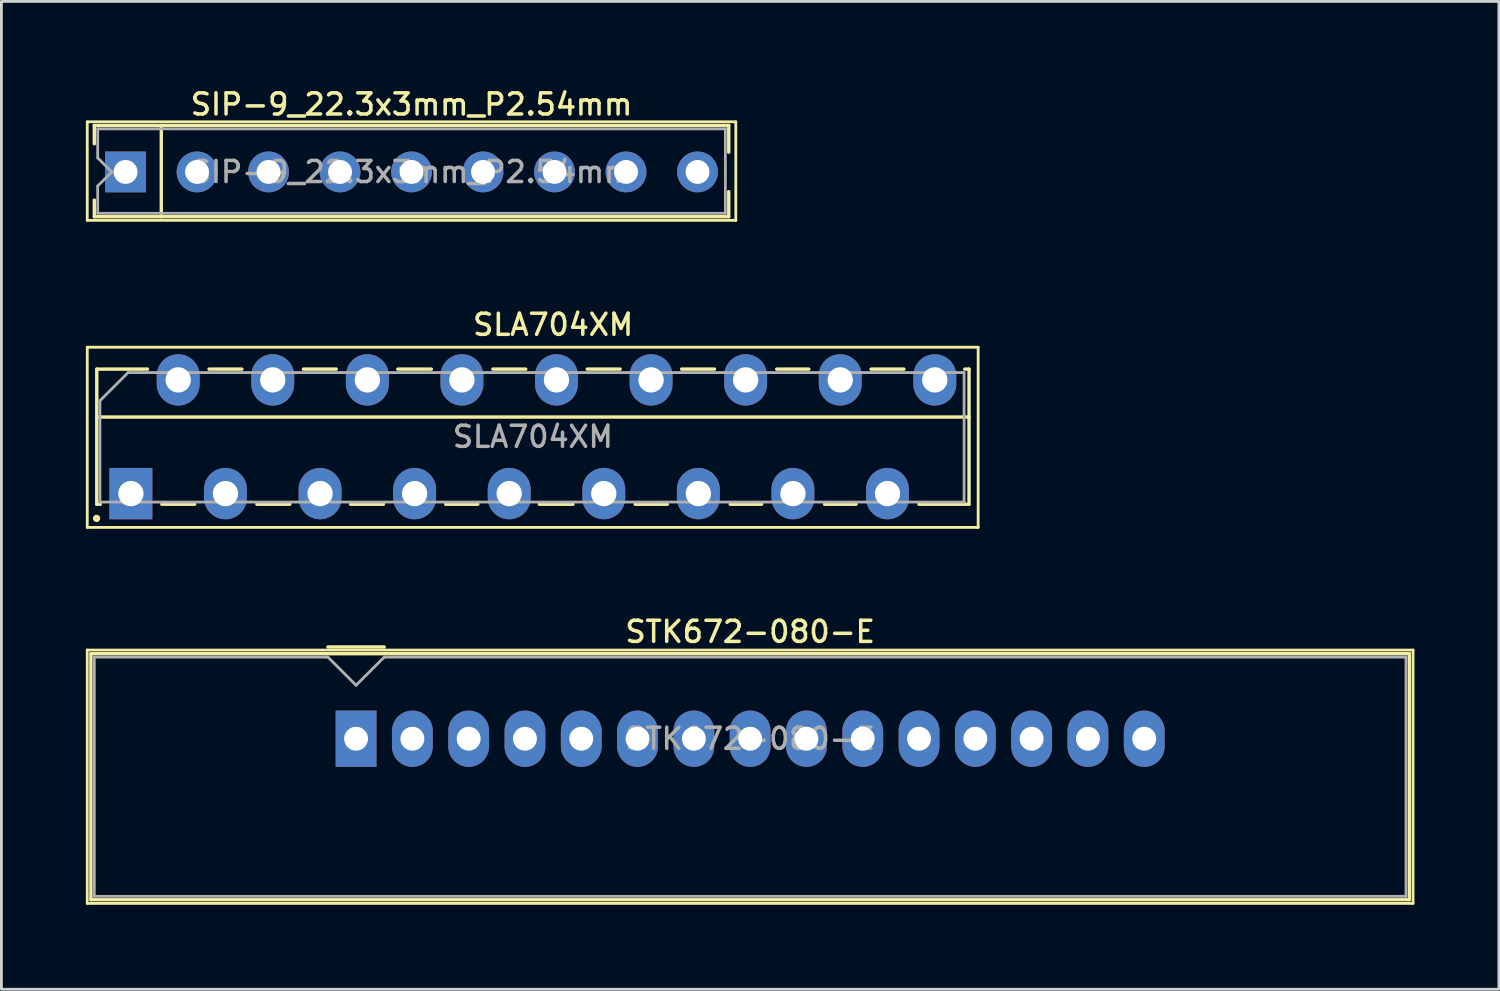
<source format=kicad_pcb>
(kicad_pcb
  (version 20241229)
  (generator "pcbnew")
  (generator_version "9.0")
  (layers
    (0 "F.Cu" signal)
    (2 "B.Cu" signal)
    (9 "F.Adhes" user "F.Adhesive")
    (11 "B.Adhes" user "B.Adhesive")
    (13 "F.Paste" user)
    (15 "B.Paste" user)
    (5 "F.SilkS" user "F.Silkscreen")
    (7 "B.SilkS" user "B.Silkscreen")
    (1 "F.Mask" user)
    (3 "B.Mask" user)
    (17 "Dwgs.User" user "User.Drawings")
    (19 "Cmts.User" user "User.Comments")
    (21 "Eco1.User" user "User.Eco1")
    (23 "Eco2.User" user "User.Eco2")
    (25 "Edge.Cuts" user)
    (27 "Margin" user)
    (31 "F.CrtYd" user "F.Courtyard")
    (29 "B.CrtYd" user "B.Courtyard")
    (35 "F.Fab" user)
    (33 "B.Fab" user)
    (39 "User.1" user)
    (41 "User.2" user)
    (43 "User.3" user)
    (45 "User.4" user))
  (footprint "SLA704XM"
    (layer "F.Cu")
    (at 1.6 14.486)
    (property "Reference" "SLA704XM" (at 15 -6 0) (layer "F.SilkS") (effects (font (size 0.75 0.75) (thickness 0.125))))
    (attr through_hole)
    (fp_line (start -1.55 -5.2) (end 30.1 -5.2) (stroke (width 0.1) (type solid)) (layer "F.SilkS"))
    (fp_line (start -1.55 1.2) (end -1.55 -5.2) (stroke (width 0.1) (type solid)) (layer "F.SilkS"))
    (fp_line (start -1.212 -4.423) (end 0.591 -4.423) (stroke (width 0.12) (type solid)) (layer "F.SilkS"))
    (fp_line (start -1.212 -2.721) (end 29.776 -2.721) (stroke (width 0.12) (type solid)) (layer "F.SilkS"))
    (fp_line (start -1.212 0.377) (end -1.212 -4.423) (stroke (width 0.12) (type solid)) (layer "F.SilkS"))
    (fp_line (start -1.212 0.377) (end -1.085 0.377) (stroke (width 0.12) (type solid)) (layer "F.SilkS"))
    (fp_line (start 1.099 0.377) (end 2.268 0.377) (stroke (width 0.12) (type solid)) (layer "F.SilkS"))
    (fp_line (start 2.776 -4.423) (end 3.944 -4.423) (stroke (width 0.12) (type solid)) (layer "F.SilkS"))
    (fp_line (start 4.477 0.377) (end 5.646 0.377) (stroke (width 0.12) (type solid)) (layer "F.SilkS"))
    (fp_line (start 6.128 -4.423) (end 7.297 -4.423) (stroke (width 0.12) (type solid)) (layer "F.SilkS"))
    (fp_line (start 7.805 0.377) (end 8.973 0.377) (stroke (width 0.12) (type solid)) (layer "F.SilkS"))
    (fp_line (start 9.481 -4.423) (end 10.675 -4.423) (stroke (width 0.12) (type solid)) (layer "F.SilkS"))
    (fp_line (start 11.183 0.377) (end 12.326 0.377) (stroke (width 0.12) (type solid)) (layer "F.SilkS"))
    (fp_line (start 12.859 -4.423) (end 14.028 -4.423) (stroke (width 0.12) (type solid)) (layer "F.SilkS"))
    (fp_line (start 14.51 0.377) (end 15.704 0.377) (stroke (width 0.12) (type solid)) (layer "F.SilkS"))
    (fp_line (start 16.212 -4.423) (end 17.381 -4.423) (stroke (width 0.12) (type solid)) (layer "F.SilkS"))
    (fp_line (start 17.914 0.377) (end 19.057 0.377) (stroke (width 0.12) (type solid)) (layer "F.SilkS"))
    (fp_line (start 19.565 -4.423) (end 20.733 -4.423) (stroke (width 0.12) (type solid)) (layer "F.SilkS"))
    (fp_line (start 21.292 0.377) (end 22.41 0.377) (stroke (width 0.12) (type solid)) (layer "F.SilkS"))
    (fp_line (start 22.943 -4.423) (end 24.086 -4.423) (stroke (width 0.12) (type solid)) (layer "F.SilkS"))
    (fp_line (start 24.645 0.377) (end 25.763 0.377) (stroke (width 0.12) (type solid)) (layer "F.SilkS"))
    (fp_line (start 26.296 -4.423) (end 27.464 -4.423) (stroke (width 0.12) (type solid)) (layer "F.SilkS"))
    (fp_line (start 29.623 -4.423) (end 29.776 -4.423) (stroke (width 0.12) (type solid)) (layer "F.SilkS"))
    (fp_line (start 29.776 -4.423) (end 29.776 0.377) (stroke (width 0.12) (type solid)) (layer "F.SilkS"))
    (fp_line (start 29.776 0.377) (end 27.998 0.377) (stroke (width 0.12) (type solid)) (layer "F.SilkS"))
    (fp_line (start 30.1 -5.2) (end 30.1 1.2) (stroke (width 0.1) (type solid)) (layer "F.SilkS"))
    (fp_line (start 30.1 1.2) (end -1.55 1.2) (stroke (width 0.1) (type solid)) (layer "F.SilkS"))
    (fp_circle (center -1.22 0.88) (end -1.22 0.87) (stroke (width 0.12) (type solid)) (fill no) (layer "F.SilkS"))
    (fp_line (start -1.1 -3.3) (end -0.1 -4.3) (stroke (width 0.1) (type solid)) (layer "F.Fab"))
    (fp_line (start -1.1 0.3) (end -1.1 -3.3) (stroke (width 0.1) (type solid)) (layer "F.Fab"))
    (fp_line (start -0.1 -4.3) (end 29.6 -4.3) (stroke (width 0.1) (type solid)) (layer "F.Fab"))
    (fp_line (start 29.6 -4.3) (end 29.6 0.3) (stroke (width 0.1) (type solid)) (layer "F.Fab"))
    (fp_line (start 29.6 0.3) (end -1.1 0.3) (stroke (width 0.1) (type solid)) (layer "F.Fab"))
    (fp_text user "${REFERENCE}" (at 14.28 -2.02 0) (layer "F.Fab") (effects (font (size 0.75 0.75) (thickness 0.125))))
    (pad "1" thru_hole rect (at 0 0) (size 1.524 1.824) (drill 0.9) (layers "*.Cu" "*.Mask"))
    (pad "2" thru_hole oval (at 1.68 -4.04) (size 1.524 1.824) (drill 0.9) (layers "*.Cu" "*.Mask"))
    (pad "3" thru_hole oval (at 3.36 0) (size 1.524 1.824) (drill 0.9) (layers "*.Cu" "*.Mask"))
    (pad "4" thru_hole oval (at 5.04 -4.04) (size 1.524 1.824) (drill 0.9) (layers "*.Cu" "*.Mask"))
    (pad "5" thru_hole oval (at 6.72 0) (size 1.524 1.824) (drill 0.9) (layers "*.Cu" "*.Mask"))
    (pad "6" thru_hole oval (at 8.4 -4.04) (size 1.524 1.824) (drill 0.9) (layers "*.Cu" "*.Mask"))
    (pad "7" thru_hole oval (at 10.08 0) (size 1.524 1.824) (drill 0.9) (layers "*.Cu" "*.Mask"))
    (pad "8" thru_hole oval (at 11.76 -4.04) (size 1.524 1.824) (drill 0.9) (layers "*.Cu" "*.Mask"))
    (pad "9" thru_hole oval (at 13.44 0) (size 1.524 1.824) (drill 0.9) (layers "*.Cu" "*.Mask"))
    (pad "10" thru_hole oval (at 15.12 -4.04) (size 1.524 1.824) (drill 0.9) (layers "*.Cu" "*.Mask"))
    (pad "11" thru_hole oval (at 16.8 0) (size 1.524 1.824) (drill 0.9) (layers "*.Cu" "*.Mask"))
    (pad "12" thru_hole oval (at 18.48 -4.04) (size 1.524 1.824) (drill 0.9) (layers "*.Cu" "*.Mask"))
    (pad "13" thru_hole oval (at 20.16 0) (size 1.524 1.824) (drill 0.9) (layers "*.Cu" "*.Mask"))
    (pad "14" thru_hole oval (at 21.84 -4.04) (size 1.524 1.824) (drill 0.9) (layers "*.Cu" "*.Mask"))
    (pad "15" thru_hole oval (at 23.52 0) (size 1.524 1.824) (drill 0.9) (layers "*.Cu" "*.Mask"))
    (pad "16" thru_hole oval (at 25.2 -4.04) (size 1.524 1.824) (drill 0.9) (layers "*.Cu" "*.Mask"))
    (pad "17" thru_hole oval (at 26.88 0) (size 1.524 1.824) (drill 0.9) (layers "*.Cu" "*.Mask"))
    (pad "18" thru_hole oval (at 28.56 -4.04) (size 1.524 1.824) (drill 0.9) (layers "*.Cu" "*.Mask")))
  (footprint "STK672-080-E"
    (layer "F.Cu")
    (at 9.6 23.194)
    (property "Reference" "STK672-080-E" (at 14 -3.8 0) (layer "F.SilkS") (effects (font (size 0.75 0.75) (thickness 0.125))))
    (attr through_hole)
    (fp_line (start -9.55 -3.15) (end -9.55 5.85) (stroke (width 0.1) (type solid)) (layer "F.SilkS"))
    (fp_line (start -9.55 -3.15) (end 37.55 -3.15) (stroke (width 0.1) (type solid)) (layer "F.SilkS"))
    (fp_line (start -9.55 5.85) (end 37.55 5.85) (stroke (width 0.1) (type solid)) (layer "F.SilkS"))
    (fp_line (start -9.42 -3.02) (end 37.42 -3.02) (stroke (width 0.12) (type solid)) (layer "F.SilkS"))
    (fp_line (start -9.42 5.72) (end -9.42 -3.02) (stroke (width 0.12) (type solid)) (layer "F.SilkS"))
    (fp_line (start -1 -3.26) (end 1 -3.26) (stroke (width 0.12) (type solid)) (layer "F.SilkS"))
    (fp_line (start 37.42 -3.02) (end 37.42 5.72) (stroke (width 0.12) (type solid)) (layer "F.SilkS"))
    (fp_line (start 37.42 5.72) (end -9.42 5.72) (stroke (width 0.12) (type solid)) (layer "F.SilkS"))
    (fp_line (start 37.55 -3.15) (end 37.55 5.85) (stroke (width 0.1) (type solid)) (layer "F.SilkS"))
    (fp_line (start -9.3 -2.9) (end -1 -2.9) (stroke (width 0.1) (type solid)) (layer "F.Fab"))
    (fp_line (start -9.3 5.6) (end -9.3 -2.9) (stroke (width 0.1) (type solid)) (layer "F.Fab"))
    (fp_line (start -1 -2.9) (end 0 -1.9) (stroke (width 0.1) (type solid)) (layer "F.Fab"))
    (fp_line (start 0 -1.9) (end 1 -2.9) (stroke (width 0.1) (type solid)) (layer "F.Fab"))
    (fp_line (start 1 -2.9) (end 37.3 -2.9) (stroke (width 0.1) (type solid)) (layer "F.Fab"))
    (fp_line (start 37.3 -2.9) (end 37.3 5.6) (stroke (width 0.1) (type solid)) (layer "F.Fab"))
    (fp_line (start 37.3 5.6) (end -9.3 5.6) (stroke (width 0.1) (type solid)) (layer "F.Fab"))
    (fp_text user "${REFERENCE}" (at 14 0 0) (layer "F.Fab") (effects (font (size 0.75 0.75) (thickness 0.125))))
    (pad "1" thru_hole rect (at 0 0) (size 1.45 2) (drill 0.85) (layers "*.Cu" "*.Mask"))
    (pad "2" thru_hole oval (at 2 0) (size 1.45 2) (drill 0.85) (layers "*.Cu" "*.Mask"))
    (pad "3" thru_hole oval (at 4 0) (size 1.45 2) (drill 0.85) (layers "*.Cu" "*.Mask"))
    (pad "4" thru_hole oval (at 6 0) (size 1.45 2) (drill 0.85) (layers "*.Cu" "*.Mask"))
    (pad "5" thru_hole oval (at 8 0) (size 1.45 2) (drill 0.85) (layers "*.Cu" "*.Mask"))
    (pad "6" thru_hole oval (at 10 0) (size 1.45 2) (drill 0.85) (layers "*.Cu" "*.Mask"))
    (pad "7" thru_hole oval (at 12 0) (size 1.45 2) (drill 0.85) (layers "*.Cu" "*.Mask"))
    (pad "8" thru_hole oval (at 14 0) (size 1.45 2) (drill 0.85) (layers "*.Cu" "*.Mask"))
    (pad "9" thru_hole oval (at 16 0) (size 1.45 2) (drill 0.85) (layers "*.Cu" "*.Mask"))
    (pad "10" thru_hole oval (at 18 0) (size 1.45 2) (drill 0.85) (layers "*.Cu" "*.Mask"))
    (pad "11" thru_hole oval (at 20 0) (size 1.45 2) (drill 0.85) (layers "*.Cu" "*.Mask"))
    (pad "12" thru_hole oval (at 22 0) (size 1.45 2) (drill 0.85) (layers "*.Cu" "*.Mask"))
    (pad "13" thru_hole oval (at 24 0) (size 1.45 2) (drill 0.85) (layers "*.Cu" "*.Mask"))
    (pad "14" thru_hole oval (at 26 0) (size 1.45 2) (drill 0.85) (layers "*.Cu" "*.Mask"))
    (pad "15" thru_hole oval (at 28 0) (size 1.45 2) (drill 0.85) (layers "*.Cu" "*.Mask")))
  (footprint "SIP-9_22.3x3mm_P2.54mm"
    (layer "F.Cu")
    (at 1.41 3.058)
    (property "Reference" "SIP-9_22.3x3mm_P2.54mm" (at 10.16 -2.4 0) (layer "F.SilkS") (effects (font (size 0.75 0.75) (thickness 0.125))))
    (attr through_hole)
    (fp_line (start -1.36 -1.78) (end 21.68 -1.78) (stroke (width 0.1) (type solid)) (layer "F.SilkS"))
    (fp_line (start -1.36 1.72) (end -1.36 -1.78) (stroke (width 0.1) (type solid)) (layer "F.SilkS"))
    (fp_line (start -1.11 -1.65) (end -1.11 -1) (stroke (width 0.12) (type solid)) (layer "F.SilkS"))
    (fp_line (start -1.11 1.59) (end -1.11 1) (stroke (width 0.12) (type solid)) (layer "F.SilkS"))
    (fp_line (start 1.27 1.59) (end 1.27 -1.65) (stroke (width 0.12) (type solid)) (layer "F.SilkS"))
    (fp_line (start 21.43 -1.65) (end -1.11 -1.65) (stroke (width 0.12) (type solid)) (layer "F.SilkS"))
    (fp_line (start 21.43 -1.65) (end 21.43 -0.7) (stroke (width 0.12) (type solid)) (layer "F.SilkS"))
    (fp_line (start 21.43 1.59) (end -1.11 1.59) (stroke (width 0.12) (type solid)) (layer "F.SilkS"))
    (fp_line (start 21.43 1.59) (end 21.43 0.7) (stroke (width 0.12) (type solid)) (layer "F.SilkS"))
    (fp_line (start 21.68 -1.78) (end 21.68 1.72) (stroke (width 0.1) (type solid)) (layer "F.SilkS"))
    (fp_line (start 21.68 1.72) (end -1.36 1.72) (stroke (width 0.1) (type solid)) (layer "F.SilkS"))
    (fp_line (start -0.99 -1.53) (end -0.99 -0.5) (stroke (width 0.1) (type solid)) (layer "F.Fab"))
    (fp_line (start -0.99 -0.5) (end -0.49 0) (stroke (width 0.1) (type solid)) (layer "F.Fab"))
    (fp_line (start -0.99 0.5) (end -0.99 1.47) (stroke (width 0.1) (type solid)) (layer "F.Fab"))
    (fp_line (start -0.49 0) (end -0.99 0.5) (stroke (width 0.1) (type solid)) (layer "F.Fab"))
    (fp_line (start 21.31 -1.53) (end -0.99 -1.53) (stroke (width 0.1) (type solid)) (layer "F.Fab"))
    (fp_line (start 21.31 -1.53) (end 21.31 1.47) (stroke (width 0.1) (type solid)) (layer "F.Fab"))
    (fp_line (start 21.31 1.47) (end -0.99 1.47) (stroke (width 0.1) (type solid)) (layer "F.Fab"))
    (fp_text user "${REFERENCE}" (at 10.16 0 0) (layer "F.Fab") (effects (font (size 0.75 0.75) (thickness 0.125))))
    (pad "1" thru_hole rect (at 0 0 90) (size 1.45 1.45) (drill 0.85) (layers "*.Cu" "*.Mask"))
    (pad "2" thru_hole circle (at 2.54 0 90) (size 1.45 1.45) (drill 0.85) (layers "*.Cu" "*.Mask"))
    (pad "3" thru_hole circle (at 5.08 0 90) (size 1.45 1.45) (drill 0.85) (layers "*.Cu" "*.Mask"))
    (pad "4" thru_hole circle (at 7.62 0 90) (size 1.45 1.45) (drill 0.85) (layers "*.Cu" "*.Mask"))
    (pad "5" thru_hole circle (at 10.16 0 90) (size 1.45 1.45) (drill 0.85) (layers "*.Cu" "*.Mask"))
    (pad "6" thru_hole circle (at 12.7 0 90) (size 1.45 1.45) (drill 0.85) (layers "*.Cu" "*.Mask"))
    (pad "7" thru_hole circle (at 15.24 0 90) (size 1.45 1.45) (drill 0.85) (layers "*.Cu" "*.Mask"))
    (pad "8" thru_hole circle (at 17.78 0 90) (size 1.45 1.45) (drill 0.85) (layers "*.Cu" "*.Mask"))
    (pad "9" thru_hole circle (at 20.32 0 90) (size 1.45 1.45) (drill 0.85) (layers "*.Cu" "*.Mask")))
  (gr_rect
    (start -3 -3)
    (end 50.2 32.094)
    (stroke (width 0.1) (type default))
    (fill no)
    (layer "Edge.Cuts")))
</source>
